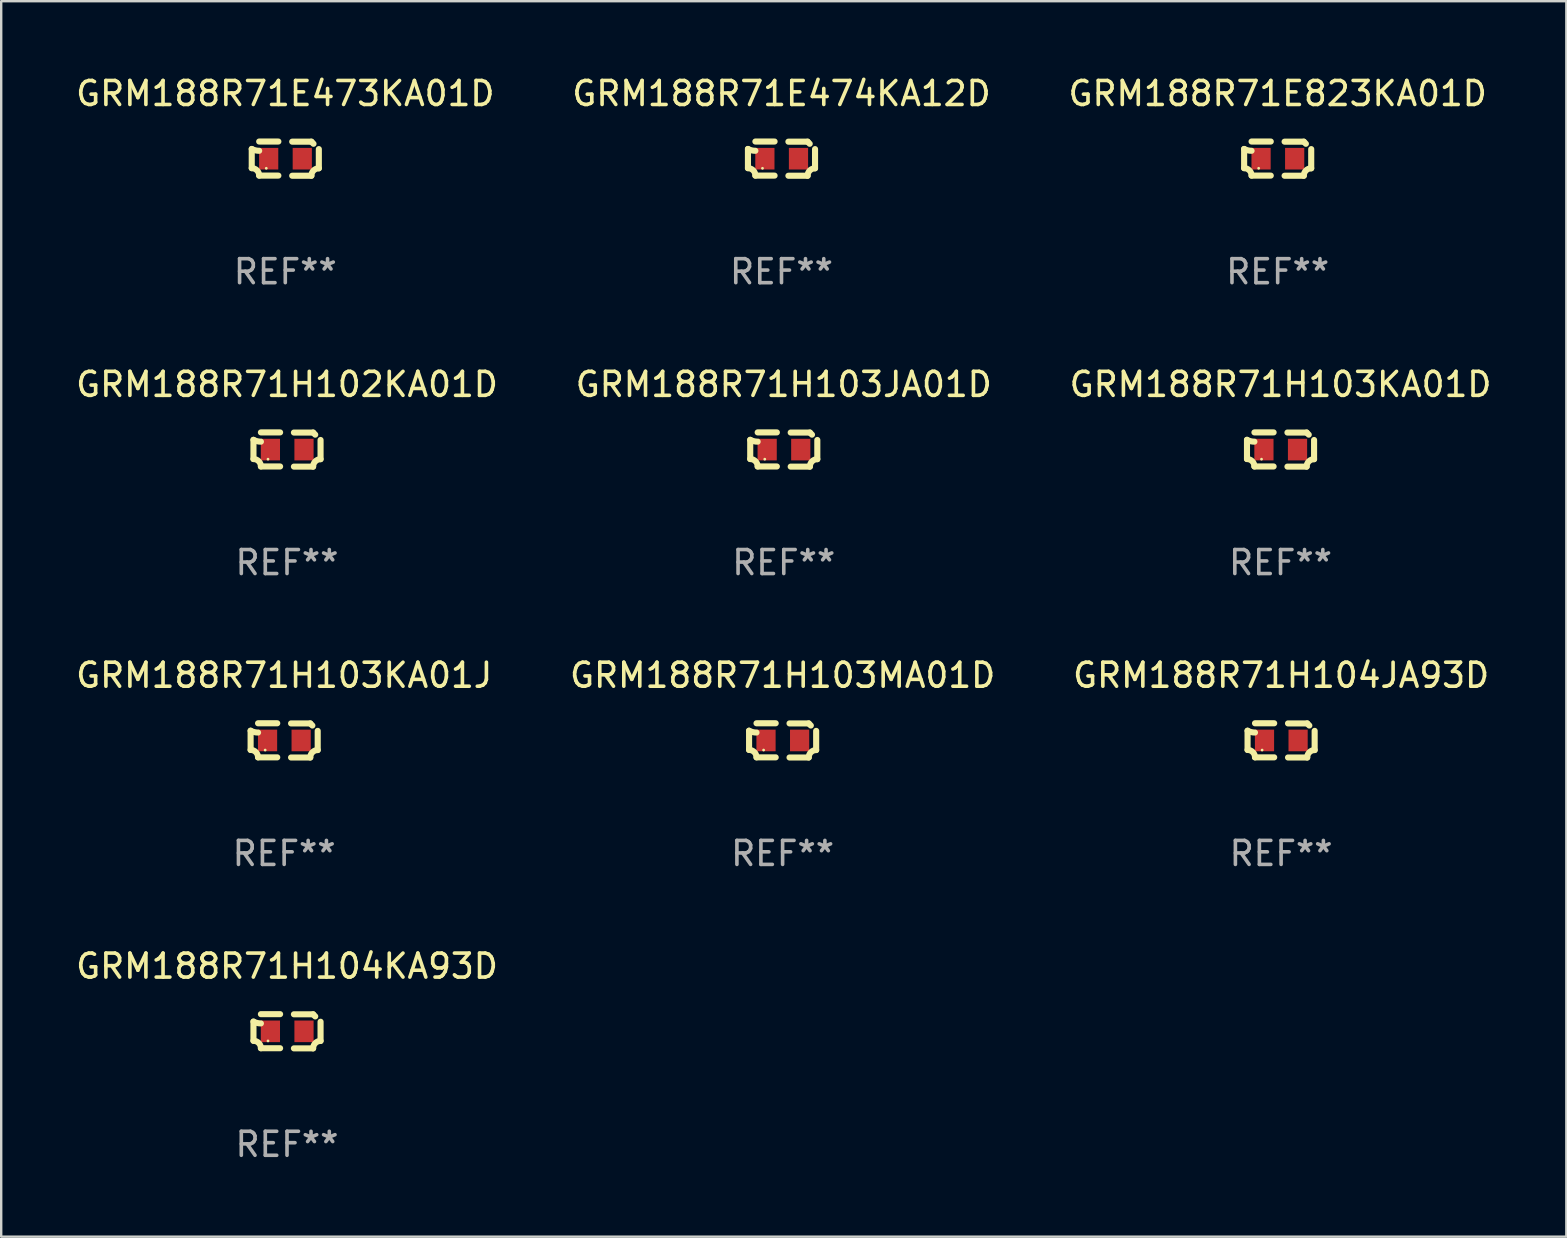
<source format=kicad_pcb>
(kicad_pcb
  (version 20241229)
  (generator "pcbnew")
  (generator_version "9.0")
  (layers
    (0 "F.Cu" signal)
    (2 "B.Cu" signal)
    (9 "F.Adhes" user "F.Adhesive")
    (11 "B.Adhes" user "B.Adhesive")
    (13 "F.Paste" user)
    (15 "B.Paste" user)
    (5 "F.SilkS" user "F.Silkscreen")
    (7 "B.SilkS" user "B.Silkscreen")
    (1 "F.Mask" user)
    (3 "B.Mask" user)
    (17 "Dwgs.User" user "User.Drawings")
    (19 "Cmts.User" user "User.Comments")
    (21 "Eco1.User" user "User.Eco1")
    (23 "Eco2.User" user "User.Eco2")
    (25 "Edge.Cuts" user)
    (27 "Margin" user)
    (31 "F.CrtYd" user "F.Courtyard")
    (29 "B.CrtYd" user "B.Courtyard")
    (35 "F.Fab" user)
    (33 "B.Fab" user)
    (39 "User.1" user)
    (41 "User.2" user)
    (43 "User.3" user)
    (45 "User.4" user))
  (footprint "GRM188R71E823KA01D"
    (layer "F.Cu")
    (at 50.196 3.561)
    (property "Reference" "GRM188R71E823KA01D" (at 0 -2.713 0) (layer "F.SilkS") (effects (font (size 1 1) (thickness 0.15))))
    (attr through_hole)
    (fp_line (start -1.398 -0.403) (end -1.398 0.397) (stroke (width 0.254) (type solid)) (layer "F.SilkS"))
    (fp_line (start -0.288 -0.713) (end -1.088 -0.713) (stroke (width 0.254) (type solid)) (layer "F.SilkS"))
    (fp_line (start -0.288 0.707) (end -1.088 0.707) (stroke (width 0.254) (type solid)) (layer "F.SilkS"))
    (fp_line (start 0.288 -0.707) (end 1.088 -0.707) (stroke (width 0.254) (type solid)) (layer "F.SilkS"))
    (fp_line (start 0.288 0.713) (end 1.088 0.713) (stroke (width 0.254) (type solid)) (layer "F.SilkS"))
    (fp_line (start 1.398 -0.397) (end 1.398 0.403) (stroke (width 0.254) (type solid)) (layer "F.SilkS"))
    (fp_arc (start -1.397789 0.397066) (mid -1.178701 0.487826) (end -1.08796 0.706922) (stroke (width 0.254001) (type solid)) (layer "F.SilkS"))
    (fp_arc (start -1.08796 -0.327176) (mid -1.247436 -0.346384) (end -1.39779 -0.402908) (stroke (width 0.254001) (type solid)) (layer "F.SilkS"))
    (fp_arc (start 1.087909 0.712738) (mid 1.178656 0.493655) (end 1.397739 0.402908) (stroke (width 0.254001) (type solid)) (layer "F.SilkS"))
    (fp_arc (start 1.175925 -0.618926) (mid 1.131917 -0.662923) (end 1.08791 -0.706922) (stroke (width 0.254001) (type solid)) (layer "F.SilkS"))
    (fp_circle (center -0.792 0.403) (end -0.762 0.403) (stroke (width 0.06) (type solid)) (fill no) (layer "F.SilkS"))
    (fp_text user "REF**" (at 0 4.713 0) (layer "F.Fab") (effects (font (size 1 1) (thickness 0.15))))
    (pad "1" smd rect (at -0.692 0.003) (size 0.8 0.9) (layers "F.Cu" "F.Mask" "F.Paste"))
    (pad "2" smd rect (at 0.708 0.003) (size 0.8 0.9) (layers "F.Cu" "F.Mask" "F.Paste")))
  (footprint "GRM188R71E474KA12D"
    (layer "F.Cu")
    (at 29.518 3.561)
    (property "Reference" "GRM188R71E474KA12D" (at 0 -2.713 0) (layer "F.SilkS") (effects (font (size 1 1) (thickness 0.15))))
    (attr through_hole)
    (fp_line (start -1.398 -0.403) (end -1.398 0.397) (stroke (width 0.254) (type solid)) (layer "F.SilkS"))
    (fp_line (start -0.288 -0.713) (end -1.088 -0.713) (stroke (width 0.254) (type solid)) (layer "F.SilkS"))
    (fp_line (start -0.288 0.707) (end -1.088 0.707) (stroke (width 0.254) (type solid)) (layer "F.SilkS"))
    (fp_line (start 0.288 -0.707) (end 1.088 -0.707) (stroke (width 0.254) (type solid)) (layer "F.SilkS"))
    (fp_line (start 0.288 0.713) (end 1.088 0.713) (stroke (width 0.254) (type solid)) (layer "F.SilkS"))
    (fp_line (start 1.398 -0.397) (end 1.398 0.403) (stroke (width 0.254) (type solid)) (layer "F.SilkS"))
    (fp_arc (start -1.397789 0.397066) (mid -1.178701 0.487826) (end -1.08796 0.706922) (stroke (width 0.254001) (type solid)) (layer "F.SilkS"))
    (fp_arc (start -1.08796 -0.327176) (mid -1.247436 -0.346384) (end -1.39779 -0.402908) (stroke (width 0.254001) (type solid)) (layer "F.SilkS"))
    (fp_arc (start 1.087909 0.712738) (mid 1.178656 0.493655) (end 1.397739 0.402908) (stroke (width 0.254001) (type solid)) (layer "F.SilkS"))
    (fp_arc (start 1.175925 -0.618926) (mid 1.131917 -0.662923) (end 1.08791 -0.706922) (stroke (width 0.254001) (type solid)) (layer "F.SilkS"))
    (fp_circle (center -0.792 0.403) (end -0.762 0.403) (stroke (width 0.06) (type solid)) (fill no) (layer "F.SilkS"))
    (fp_text user "REF**" (at 0 4.713 0) (layer "F.Fab") (effects (font (size 1 1) (thickness 0.15))))
    (pad "1" smd rect (at -0.692 0.003) (size 0.8 0.9) (layers "F.Cu" "F.Mask" "F.Paste"))
    (pad "2" smd rect (at 0.708 0.003) (size 0.8 0.9) (layers "F.Cu" "F.Mask" "F.Paste")))
  (footprint "GRM188R71H103KA01J"
    (layer "F.Cu")
    (at 8.792 27.805)
    (property "Reference" "GRM188R71H103KA01J" (at 0 -2.713 0) (layer "F.SilkS") (effects (font (size 1 1) (thickness 0.15))))
    (attr through_hole)
    (fp_line (start -1.398 -0.403) (end -1.398 0.397) (stroke (width 0.254) (type solid)) (layer "F.SilkS"))
    (fp_line (start -0.288 -0.713) (end -1.088 -0.713) (stroke (width 0.254) (type solid)) (layer "F.SilkS"))
    (fp_line (start -0.288 0.707) (end -1.088 0.707) (stroke (width 0.254) (type solid)) (layer "F.SilkS"))
    (fp_line (start 0.288 -0.707) (end 1.088 -0.707) (stroke (width 0.254) (type solid)) (layer "F.SilkS"))
    (fp_line (start 0.288 0.713) (end 1.088 0.713) (stroke (width 0.254) (type solid)) (layer "F.SilkS"))
    (fp_line (start 1.398 -0.397) (end 1.398 0.403) (stroke (width 0.254) (type solid)) (layer "F.SilkS"))
    (fp_arc (start -1.397789 0.397066) (mid -1.178701 0.487826) (end -1.08796 0.706922) (stroke (width 0.254001) (type solid)) (layer "F.SilkS"))
    (fp_arc (start -1.08796 -0.327176) (mid -1.247436 -0.346384) (end -1.39779 -0.402908) (stroke (width 0.254001) (type solid)) (layer "F.SilkS"))
    (fp_arc (start 1.087909 0.712738) (mid 1.178656 0.493655) (end 1.397739 0.402908) (stroke (width 0.254001) (type solid)) (layer "F.SilkS"))
    (fp_arc (start 1.175925 -0.618926) (mid 1.131917 -0.662923) (end 1.08791 -0.706922) (stroke (width 0.254001) (type solid)) (layer "F.SilkS"))
    (fp_circle (center -0.792 0.403) (end -0.762 0.403) (stroke (width 0.06) (type solid)) (fill no) (layer "F.SilkS"))
    (fp_text user "REF**" (at 0 4.713 0) (layer "F.Fab") (effects (font (size 1 1) (thickness 0.15))))
    (pad "1" smd rect (at -0.692 0.003) (size 0.8 0.9) (layers "F.Cu" "F.Mask" "F.Paste"))
    (pad "2" smd rect (at 0.708 0.003) (size 0.8 0.9) (layers "F.Cu" "F.Mask" "F.Paste")))
  (footprint "GRM188R71H104KA93D"
    (layer "F.Cu")
    (at 8.911 39.927)
    (property "Reference" "GRM188R71H104KA93D" (at 0 -2.713 0) (layer "F.SilkS") (effects (font (size 1 1) (thickness 0.15))))
    (attr through_hole)
    (fp_line (start -1.398 -0.403) (end -1.398 0.397) (stroke (width 0.254) (type solid)) (layer "F.SilkS"))
    (fp_line (start -0.288 -0.713) (end -1.088 -0.713) (stroke (width 0.254) (type solid)) (layer "F.SilkS"))
    (fp_line (start -0.288 0.707) (end -1.088 0.707) (stroke (width 0.254) (type solid)) (layer "F.SilkS"))
    (fp_line (start 0.288 -0.707) (end 1.088 -0.707) (stroke (width 0.254) (type solid)) (layer "F.SilkS"))
    (fp_line (start 0.288 0.713) (end 1.088 0.713) (stroke (width 0.254) (type solid)) (layer "F.SilkS"))
    (fp_line (start 1.398 -0.397) (end 1.398 0.403) (stroke (width 0.254) (type solid)) (layer "F.SilkS"))
    (fp_arc (start -1.397789 0.397066) (mid -1.178701 0.487826) (end -1.08796 0.706922) (stroke (width 0.254001) (type solid)) (layer "F.SilkS"))
    (fp_arc (start -1.08796 -0.327176) (mid -1.247436 -0.346384) (end -1.39779 -0.402908) (stroke (width 0.254001) (type solid)) (layer "F.SilkS"))
    (fp_arc (start 1.087909 0.712738) (mid 1.178656 0.493655) (end 1.397739 0.402908) (stroke (width 0.254001) (type solid)) (layer "F.SilkS"))
    (fp_arc (start 1.175925 -0.618926) (mid 1.131917 -0.662923) (end 1.08791 -0.706922) (stroke (width 0.254001) (type solid)) (layer "F.SilkS"))
    (fp_circle (center -0.792 0.403) (end -0.762 0.403) (stroke (width 0.06) (type solid)) (fill no) (layer "F.SilkS"))
    (fp_text user "REF**" (at 0 4.713 0) (layer "F.Fab") (effects (font (size 1 1) (thickness 0.15))))
    (pad "1" smd rect (at -0.692 0.003) (size 0.8 0.9) (layers "F.Cu" "F.Mask" "F.Paste"))
    (pad "2" smd rect (at 0.708 0.003) (size 0.8 0.9) (layers "F.Cu" "F.Mask" "F.Paste")))
  (footprint "GRM188R71E473KA01D"
    (layer "F.Cu")
    (at 8.839 3.561)
    (property "Reference" "GRM188R71E473KA01D" (at 0 -2.713 0) (layer "F.SilkS") (effects (font (size 1 1) (thickness 0.15))))
    (attr through_hole)
    (fp_line (start -1.398 -0.403) (end -1.398 0.397) (stroke (width 0.254) (type solid)) (layer "F.SilkS"))
    (fp_line (start -0.288 -0.713) (end -1.088 -0.713) (stroke (width 0.254) (type solid)) (layer "F.SilkS"))
    (fp_line (start -0.288 0.707) (end -1.088 0.707) (stroke (width 0.254) (type solid)) (layer "F.SilkS"))
    (fp_line (start 0.288 -0.707) (end 1.088 -0.707) (stroke (width 0.254) (type solid)) (layer "F.SilkS"))
    (fp_line (start 0.288 0.713) (end 1.088 0.713) (stroke (width 0.254) (type solid)) (layer "F.SilkS"))
    (fp_line (start 1.398 -0.397) (end 1.398 0.403) (stroke (width 0.254) (type solid)) (layer "F.SilkS"))
    (fp_arc (start -1.397789 0.397066) (mid -1.178701 0.487826) (end -1.08796 0.706922) (stroke (width 0.254001) (type solid)) (layer "F.SilkS"))
    (fp_arc (start -1.08796 -0.327176) (mid -1.247436 -0.346384) (end -1.39779 -0.402908) (stroke (width 0.254001) (type solid)) (layer "F.SilkS"))
    (fp_arc (start 1.087909 0.712738) (mid 1.178656 0.493655) (end 1.397739 0.402908) (stroke (width 0.254001) (type solid)) (layer "F.SilkS"))
    (fp_arc (start 1.175925 -0.618926) (mid 1.131917 -0.662923) (end 1.08791 -0.706922) (stroke (width 0.254001) (type solid)) (layer "F.SilkS"))
    (fp_circle (center -0.792 0.403) (end -0.762 0.403) (stroke (width 0.06) (type solid)) (fill no) (layer "F.SilkS"))
    (fp_text user "REF**" (at 0 4.713 0) (layer "F.Fab") (effects (font (size 1 1) (thickness 0.15))))
    (pad "1" smd rect (at -0.692 0.003) (size 0.8 0.9) (layers "F.Cu" "F.Mask" "F.Paste"))
    (pad "2" smd rect (at 0.708 0.003) (size 0.8 0.9) (layers "F.Cu" "F.Mask" "F.Paste")))
  (footprint "GRM188R71H103KA01D"
    (layer "F.Cu")
    (at 50.315 15.683)
    (property "Reference" "GRM188R71H103KA01D" (at 0 -2.713 0) (layer "F.SilkS") (effects (font (size 1 1) (thickness 0.15))))
    (attr through_hole)
    (fp_line (start -1.398 -0.403) (end -1.398 0.397) (stroke (width 0.254) (type solid)) (layer "F.SilkS"))
    (fp_line (start -0.288 -0.713) (end -1.088 -0.713) (stroke (width 0.254) (type solid)) (layer "F.SilkS"))
    (fp_line (start -0.288 0.707) (end -1.088 0.707) (stroke (width 0.254) (type solid)) (layer "F.SilkS"))
    (fp_line (start 0.288 -0.707) (end 1.088 -0.707) (stroke (width 0.254) (type solid)) (layer "F.SilkS"))
    (fp_line (start 0.288 0.713) (end 1.088 0.713) (stroke (width 0.254) (type solid)) (layer "F.SilkS"))
    (fp_line (start 1.398 -0.397) (end 1.398 0.403) (stroke (width 0.254) (type solid)) (layer "F.SilkS"))
    (fp_arc (start -1.397789 0.397066) (mid -1.178701 0.487826) (end -1.08796 0.706922) (stroke (width 0.254001) (type solid)) (layer "F.SilkS"))
    (fp_arc (start -1.08796 -0.327176) (mid -1.247436 -0.346384) (end -1.39779 -0.402908) (stroke (width 0.254001) (type solid)) (layer "F.SilkS"))
    (fp_arc (start 1.087909 0.712738) (mid 1.178656 0.493655) (end 1.397739 0.402908) (stroke (width 0.254001) (type solid)) (layer "F.SilkS"))
    (fp_arc (start 1.175925 -0.618926) (mid 1.131917 -0.662923) (end 1.08791 -0.706922) (stroke (width 0.254001) (type solid)) (layer "F.SilkS"))
    (fp_circle (center -0.792 0.403) (end -0.762 0.403) (stroke (width 0.06) (type solid)) (fill no) (layer "F.SilkS"))
    (fp_text user "REF**" (at 0 4.713 0) (layer "F.Fab") (effects (font (size 1 1) (thickness 0.15))))
    (pad "1" smd rect (at -0.692 0.003) (size 0.8 0.9) (layers "F.Cu" "F.Mask" "F.Paste"))
    (pad "2" smd rect (at 0.708 0.003) (size 0.8 0.9) (layers "F.Cu" "F.Mask" "F.Paste")))
  (footprint "GRM188R71H102KA01D"
    (layer "F.Cu")
    (at 8.911 15.683)
    (property "Reference" "GRM188R71H102KA01D" (at 0 -2.713 0) (layer "F.SilkS") (effects (font (size 1 1) (thickness 0.15))))
    (attr through_hole)
    (fp_line (start -1.398 -0.403) (end -1.398 0.397) (stroke (width 0.254) (type solid)) (layer "F.SilkS"))
    (fp_line (start -0.288 -0.713) (end -1.088 -0.713) (stroke (width 0.254) (type solid)) (layer "F.SilkS"))
    (fp_line (start -0.288 0.707) (end -1.088 0.707) (stroke (width 0.254) (type solid)) (layer "F.SilkS"))
    (fp_line (start 0.288 -0.707) (end 1.088 -0.707) (stroke (width 0.254) (type solid)) (layer "F.SilkS"))
    (fp_line (start 0.288 0.713) (end 1.088 0.713) (stroke (width 0.254) (type solid)) (layer "F.SilkS"))
    (fp_line (start 1.398 -0.397) (end 1.398 0.403) (stroke (width 0.254) (type solid)) (layer "F.SilkS"))
    (fp_arc (start -1.397789 0.397066) (mid -1.178701 0.487826) (end -1.08796 0.706922) (stroke (width 0.254001) (type solid)) (layer "F.SilkS"))
    (fp_arc (start -1.08796 -0.327176) (mid -1.247436 -0.346384) (end -1.39779 -0.402908) (stroke (width 0.254001) (type solid)) (layer "F.SilkS"))
    (fp_arc (start 1.087909 0.712738) (mid 1.178656 0.493655) (end 1.397739 0.402908) (stroke (width 0.254001) (type solid)) (layer "F.SilkS"))
    (fp_arc (start 1.175925 -0.618926) (mid 1.131917 -0.662923) (end 1.08791 -0.706922) (stroke (width 0.254001) (type solid)) (layer "F.SilkS"))
    (fp_circle (center -0.792 0.403) (end -0.762 0.403) (stroke (width 0.06) (type solid)) (fill no) (layer "F.SilkS"))
    (fp_text user "REF**" (at 0 4.713 0) (layer "F.Fab") (effects (font (size 1 1) (thickness 0.15))))
    (pad "1" smd rect (at -0.692 0.003) (size 0.8 0.9) (layers "F.Cu" "F.Mask" "F.Paste"))
    (pad "2" smd rect (at 0.708 0.003) (size 0.8 0.9) (layers "F.Cu" "F.Mask" "F.Paste")))
  (footprint "GRM188R71H103MA01D"
    (layer "F.Cu")
    (at 29.565 27.805)
    (property "Reference" "GRM188R71H103MA01D" (at 0 -2.713 0) (layer "F.SilkS") (effects (font (size 1 1) (thickness 0.15))))
    (attr through_hole)
    (fp_line (start -1.398 -0.403) (end -1.398 0.397) (stroke (width 0.254) (type solid)) (layer "F.SilkS"))
    (fp_line (start -0.288 -0.713) (end -1.088 -0.713) (stroke (width 0.254) (type solid)) (layer "F.SilkS"))
    (fp_line (start -0.288 0.707) (end -1.088 0.707) (stroke (width 0.254) (type solid)) (layer "F.SilkS"))
    (fp_line (start 0.288 -0.707) (end 1.088 -0.707) (stroke (width 0.254) (type solid)) (layer "F.SilkS"))
    (fp_line (start 0.288 0.713) (end 1.088 0.713) (stroke (width 0.254) (type solid)) (layer "F.SilkS"))
    (fp_line (start 1.398 -0.397) (end 1.398 0.403) (stroke (width 0.254) (type solid)) (layer "F.SilkS"))
    (fp_arc (start -1.397789 0.397066) (mid -1.178701 0.487826) (end -1.08796 0.706922) (stroke (width 0.254001) (type solid)) (layer "F.SilkS"))
    (fp_arc (start -1.08796 -0.327176) (mid -1.247436 -0.346384) (end -1.39779 -0.402908) (stroke (width 0.254001) (type solid)) (layer "F.SilkS"))
    (fp_arc (start 1.087909 0.712738) (mid 1.178656 0.493655) (end 1.397739 0.402908) (stroke (width 0.254001) (type solid)) (layer "F.SilkS"))
    (fp_arc (start 1.175925 -0.618926) (mid 1.131917 -0.662923) (end 1.08791 -0.706922) (stroke (width 0.254001) (type solid)) (layer "F.SilkS"))
    (fp_circle (center -0.792 0.403) (end -0.762 0.403) (stroke (width 0.06) (type solid)) (fill no) (layer "F.SilkS"))
    (fp_text user "REF**" (at 0 4.713 0) (layer "F.Fab") (effects (font (size 1 1) (thickness 0.15))))
    (pad "1" smd rect (at -0.692 0.003) (size 0.8 0.9) (layers "F.Cu" "F.Mask" "F.Paste"))
    (pad "2" smd rect (at 0.708 0.003) (size 0.8 0.9) (layers "F.Cu" "F.Mask" "F.Paste")))
  (footprint "GRM188R71H104JA93D"
    (layer "F.Cu")
    (at 50.339 27.805)
    (property "Reference" "GRM188R71H104JA93D" (at 0 -2.713 0) (layer "F.SilkS") (effects (font (size 1 1) (thickness 0.15))))
    (attr through_hole)
    (fp_line (start -1.398 -0.403) (end -1.398 0.397) (stroke (width 0.254) (type solid)) (layer "F.SilkS"))
    (fp_line (start -0.288 -0.713) (end -1.088 -0.713) (stroke (width 0.254) (type solid)) (layer "F.SilkS"))
    (fp_line (start -0.288 0.707) (end -1.088 0.707) (stroke (width 0.254) (type solid)) (layer "F.SilkS"))
    (fp_line (start 0.288 -0.707) (end 1.088 -0.707) (stroke (width 0.254) (type solid)) (layer "F.SilkS"))
    (fp_line (start 0.288 0.713) (end 1.088 0.713) (stroke (width 0.254) (type solid)) (layer "F.SilkS"))
    (fp_line (start 1.398 -0.397) (end 1.398 0.403) (stroke (width 0.254) (type solid)) (layer "F.SilkS"))
    (fp_arc (start -1.397789 0.397066) (mid -1.178701 0.487826) (end -1.08796 0.706922) (stroke (width 0.254001) (type solid)) (layer "F.SilkS"))
    (fp_arc (start -1.08796 -0.327176) (mid -1.247436 -0.346384) (end -1.39779 -0.402908) (stroke (width 0.254001) (type solid)) (layer "F.SilkS"))
    (fp_arc (start 1.087909 0.712738) (mid 1.178656 0.493655) (end 1.397739 0.402908) (stroke (width 0.254001) (type solid)) (layer "F.SilkS"))
    (fp_arc (start 1.175925 -0.618926) (mid 1.131917 -0.662923) (end 1.08791 -0.706922) (stroke (width 0.254001) (type solid)) (layer "F.SilkS"))
    (fp_circle (center -0.792 0.403) (end -0.762 0.403) (stroke (width 0.06) (type solid)) (fill no) (layer "F.SilkS"))
    (fp_text user "REF**" (at 0 4.713 0) (layer "F.Fab") (effects (font (size 1 1) (thickness 0.15))))
    (pad "1" smd rect (at -0.692 0.003) (size 0.8 0.9) (layers "F.Cu" "F.Mask" "F.Paste"))
    (pad "2" smd rect (at 0.708 0.003) (size 0.8 0.9) (layers "F.Cu" "F.Mask" "F.Paste")))
  (footprint "GRM188R71H103JA01D"
    (layer "F.Cu")
    (at 29.613 15.683)
    (property "Reference" "GRM188R71H103JA01D" (at 0 -2.713 0) (layer "F.SilkS") (effects (font (size 1 1) (thickness 0.15))))
    (attr through_hole)
    (fp_line (start -1.398 -0.403) (end -1.398 0.397) (stroke (width 0.254) (type solid)) (layer "F.SilkS"))
    (fp_line (start -0.288 -0.713) (end -1.088 -0.713) (stroke (width 0.254) (type solid)) (layer "F.SilkS"))
    (fp_line (start -0.288 0.707) (end -1.088 0.707) (stroke (width 0.254) (type solid)) (layer "F.SilkS"))
    (fp_line (start 0.288 -0.707) (end 1.088 -0.707) (stroke (width 0.254) (type solid)) (layer "F.SilkS"))
    (fp_line (start 0.288 0.713) (end 1.088 0.713) (stroke (width 0.254) (type solid)) (layer "F.SilkS"))
    (fp_line (start 1.398 -0.397) (end 1.398 0.403) (stroke (width 0.254) (type solid)) (layer "F.SilkS"))
    (fp_arc (start -1.397789 0.397066) (mid -1.178701 0.487826) (end -1.08796 0.706922) (stroke (width 0.254001) (type solid)) (layer "F.SilkS"))
    (fp_arc (start -1.08796 -0.327176) (mid -1.247436 -0.346384) (end -1.39779 -0.402908) (stroke (width 0.254001) (type solid)) (layer "F.SilkS"))
    (fp_arc (start 1.087909 0.712738) (mid 1.178656 0.493655) (end 1.397739 0.402908) (stroke (width 0.254001) (type solid)) (layer "F.SilkS"))
    (fp_arc (start 1.175925 -0.618926) (mid 1.131917 -0.662923) (end 1.08791 -0.706922) (stroke (width 0.254001) (type solid)) (layer "F.SilkS"))
    (fp_circle (center -0.792 0.403) (end -0.762 0.403) (stroke (width 0.06) (type solid)) (fill no) (layer "F.SilkS"))
    (fp_text user "REF**" (at 0 4.713 0) (layer "F.Fab") (effects (font (size 1 1) (thickness 0.15))))
    (pad "1" smd rect (at -0.692 0.003) (size 0.8 0.9) (layers "F.Cu" "F.Mask" "F.Paste"))
    (pad "2" smd rect (at 0.708 0.003) (size 0.8 0.9) (layers "F.Cu" "F.Mask" "F.Paste")))
  (gr_rect
    (start -3 -3)
    (end 62.226 48.488)
    (stroke (width 0.1) (type default))
    (fill no)
    (layer "Edge.Cuts")))
</source>
